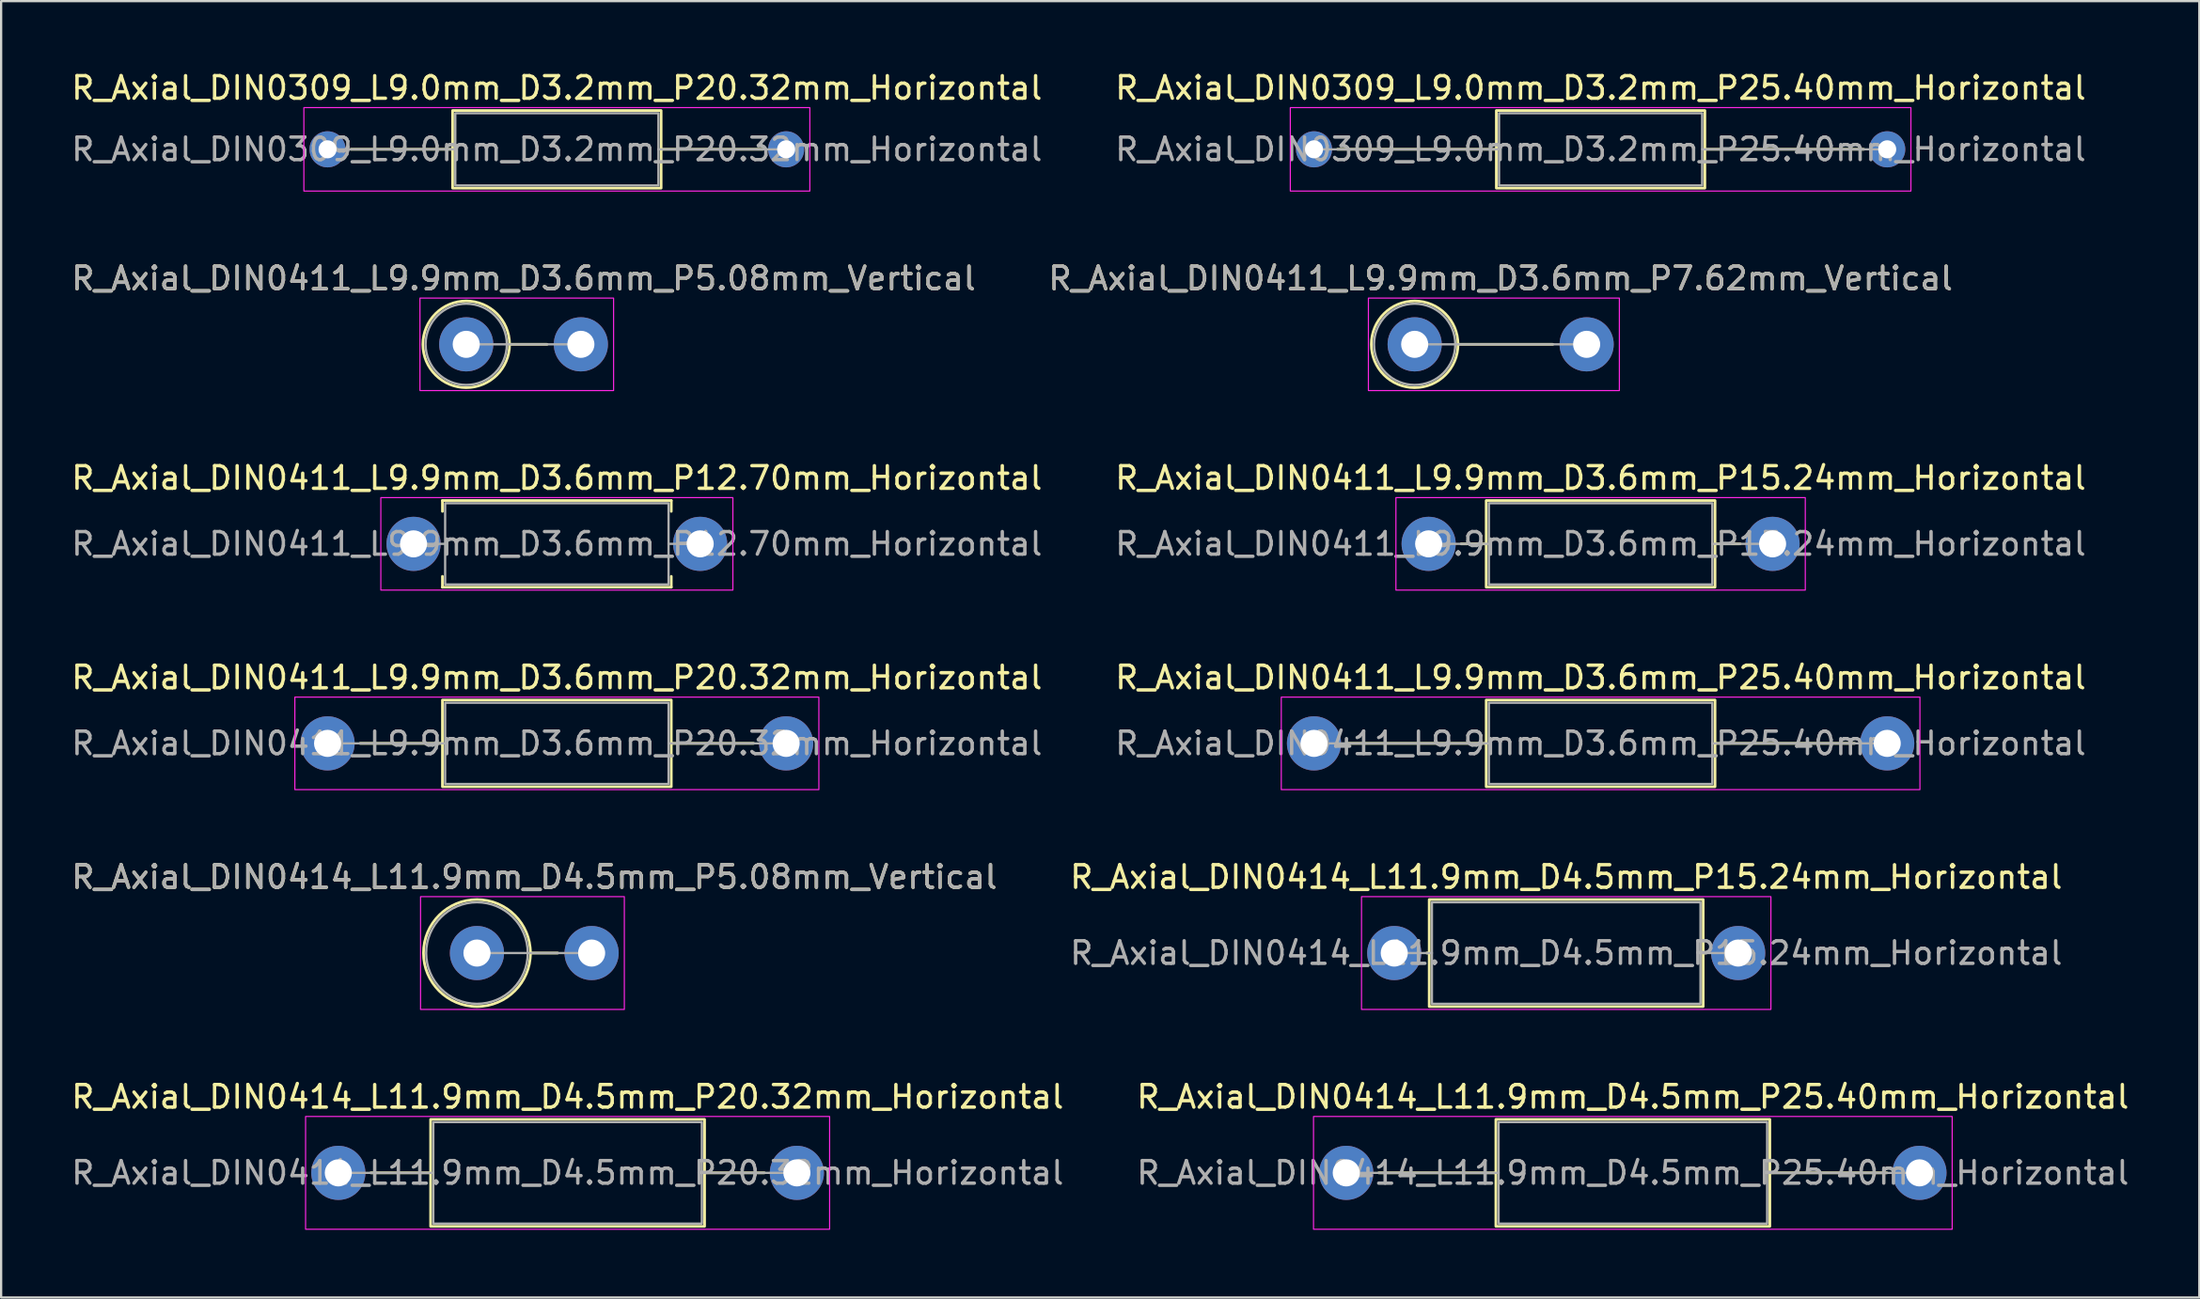
<source format=kicad_pcb>
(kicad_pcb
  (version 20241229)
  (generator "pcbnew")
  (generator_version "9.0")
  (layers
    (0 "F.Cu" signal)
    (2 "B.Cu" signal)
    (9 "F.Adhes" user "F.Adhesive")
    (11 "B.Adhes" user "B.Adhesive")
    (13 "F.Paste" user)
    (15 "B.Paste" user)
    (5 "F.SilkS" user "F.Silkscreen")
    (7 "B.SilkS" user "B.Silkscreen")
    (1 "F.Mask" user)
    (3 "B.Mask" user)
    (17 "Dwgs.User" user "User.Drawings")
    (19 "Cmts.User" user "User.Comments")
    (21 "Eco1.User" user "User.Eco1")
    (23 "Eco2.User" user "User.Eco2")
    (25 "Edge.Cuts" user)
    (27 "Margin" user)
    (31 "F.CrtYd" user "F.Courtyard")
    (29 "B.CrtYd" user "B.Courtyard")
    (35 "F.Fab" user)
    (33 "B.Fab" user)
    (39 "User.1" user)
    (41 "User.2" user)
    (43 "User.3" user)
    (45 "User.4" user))
  (footprint "R_Axial_DIN0411_L9.9mm_D3.6mm_P15.24mm_Horizontal"
    (layer "F.Cu")
    (at 60.255 21.055)
    (property "Reference" "R_Axial_DIN0411_L9.9mm_D3.6mm_P15.24mm_Horizontal" (at 7.62 -2.92 0) (layer "F.SilkS") (effects (font (size 1 1) (thickness 0.15))))
    (attr through_hole)
    (fp_line (start 1.44 0) (end 2.55 0) (stroke (width 0.12) (type solid)) (layer "F.SilkS"))
    (fp_line (start 13.8 0) (end 12.69 0) (stroke (width 0.12) (type solid)) (layer "F.SilkS"))
    (fp_rect (start 2.55 -1.92) (end 12.69 1.92) (stroke (width 0.12) (type solid)) (fill no) (layer "F.SilkS"))
    (fp_rect (start -1.45 -2.05) (end 16.69 2.05) (stroke (width 0.05) (type solid)) (fill no) (layer "F.CrtYd"))
    (fp_line (start 0 0) (end 2.67 0) (stroke (width 0.1) (type solid)) (layer "F.Fab"))
    (fp_line (start 15.24 0) (end 12.57 0) (stroke (width 0.1) (type solid)) (layer "F.Fab"))
    (fp_rect (start 2.67 -1.8) (end 12.57 1.8) (stroke (width 0.1) (type solid)) (fill no) (layer "F.Fab"))
    (fp_text user "${REFERENCE}" (at 7.62 0 0) (layer "F.Fab") (effects (font (size 1 1) (thickness 0.15))))
    (pad "1" thru_hole circle (at 0 0) (size 2.4 2.4) (drill 1.2) (layers "*.Cu" "*.Mask"))
    (pad "2" thru_hole circle (at 15.24 0) (size 2.4 2.4) (drill 1.2) (layers "*.Cu" "*.Mask")))
  (footprint "R_Axial_DIN0414_L11.9mm_D4.5mm_P15.24mm_Horizontal"
    (layer "F.Cu")
    (at 58.731 39.191)
    (property "Reference" "R_Axial_DIN0414_L11.9mm_D4.5mm_P15.24mm_Horizontal" (at 7.62 -3.37 0) (layer "F.SilkS") (effects (font (size 1 1) (thickness 0.15))))
    (attr through_hole)
    (fp_line (start 1.44 0) (end 1.55 0) (stroke (width 0.12) (type solid)) (layer "F.SilkS"))
    (fp_line (start 13.8 0) (end 13.69 0) (stroke (width 0.12) (type solid)) (layer "F.SilkS"))
    (fp_rect (start 1.55 -2.37) (end 13.69 2.37) (stroke (width 0.12) (type solid)) (fill no) (layer "F.SilkS"))
    (fp_rect (start -1.45 -2.5) (end 16.69 2.5) (stroke (width 0.05) (type solid)) (fill no) (layer "F.CrtYd"))
    (fp_line (start 0 0) (end 1.67 0) (stroke (width 0.1) (type solid)) (layer "F.Fab"))
    (fp_line (start 15.24 0) (end 13.57 0) (stroke (width 0.1) (type solid)) (layer "F.Fab"))
    (fp_rect (start 1.67 -2.25) (end 13.57 2.25) (stroke (width 0.1) (type solid)) (fill no) (layer "F.Fab"))
    (fp_text user "${REFERENCE}" (at 7.62 0 0) (layer "F.Fab") (effects (font (size 1 1) (thickness 0.15))))
    (pad "1" thru_hole circle (at 0 0) (size 2.4 2.4) (drill 1.2) (layers "*.Cu" "*.Mask"))
    (pad "2" thru_hole circle (at 15.24 0) (size 2.4 2.4) (drill 1.2) (layers "*.Cu" "*.Mask")))
  (footprint "R_Axial_DIN0309_L9.0mm_D3.2mm_P20.32mm_Horizontal"
    (layer "F.Cu")
    (at 11.465 3.568)
    (property "Reference" "R_Axial_DIN0309_L9.0mm_D3.2mm_P20.32mm_Horizontal" (at 10.16 -2.72 0) (layer "F.SilkS") (effects (font (size 1 1) (thickness 0.15))))
    (attr through_hole)
    (fp_line (start 1.04 0) (end 5.54 0) (stroke (width 0.12) (type solid)) (layer "F.SilkS"))
    (fp_line (start 19.28 0) (end 14.78 0) (stroke (width 0.12) (type solid)) (layer "F.SilkS"))
    (fp_rect (start 5.54 -1.72) (end 14.78 1.72) (stroke (width 0.12) (type solid)) (fill no) (layer "F.SilkS"))
    (fp_rect (start -1.05 -1.85) (end 21.37 1.85) (stroke (width 0.05) (type solid)) (fill no) (layer "F.CrtYd"))
    (fp_line (start 0 0) (end 5.66 0) (stroke (width 0.1) (type solid)) (layer "F.Fab"))
    (fp_line (start 20.32 0) (end 14.66 0) (stroke (width 0.1) (type solid)) (layer "F.Fab"))
    (fp_rect (start 5.66 -1.6) (end 14.66 1.6) (stroke (width 0.1) (type solid)) (fill no) (layer "F.Fab"))
    (fp_text user "${REFERENCE}" (at 10.16 0 0) (layer "F.Fab") (effects (font (size 1 1) (thickness 0.15))))
    (pad "1" thru_hole circle (at 0 0) (size 1.6 1.6) (drill 0.8) (layers "*.Cu" "*.Mask"))
    (pad "2" thru_hole circle (at 20.32 0) (size 1.6 1.6) (drill 0.8) (layers "*.Cu" "*.Mask")))
  (footprint "R_Axial_DIN0414_L11.9mm_D4.5mm_P25.40mm_Horizontal"
    (layer "F.Cu")
    (at 56.604 48.934)
    (property "Reference" "R_Axial_DIN0414_L11.9mm_D4.5mm_P25.40mm_Horizontal" (at 12.7 -3.37 0) (layer "F.SilkS") (effects (font (size 1 1) (thickness 0.15))))
    (attr through_hole)
    (fp_line (start 1.44 0) (end 6.63 0) (stroke (width 0.12) (type solid)) (layer "F.SilkS"))
    (fp_line (start 23.96 0) (end 18.77 0) (stroke (width 0.12) (type solid)) (layer "F.SilkS"))
    (fp_rect (start 6.63 -2.37) (end 18.77 2.37) (stroke (width 0.12) (type solid)) (fill no) (layer "F.SilkS"))
    (fp_rect (start -1.45 -2.5) (end 26.85 2.5) (stroke (width 0.05) (type solid)) (fill no) (layer "F.CrtYd"))
    (fp_line (start 0 0) (end 6.75 0) (stroke (width 0.1) (type solid)) (layer "F.Fab"))
    (fp_line (start 25.4 0) (end 18.65 0) (stroke (width 0.1) (type solid)) (layer "F.Fab"))
    (fp_rect (start 6.75 -2.25) (end 18.65 2.25) (stroke (width 0.1) (type solid)) (fill no) (layer "F.Fab"))
    (fp_text user "${REFERENCE}" (at 12.7 0 0) (layer "F.Fab") (effects (font (size 1 1) (thickness 0.15))))
    (pad "1" thru_hole circle (at 0 0) (size 2.4 2.4) (drill 1.2) (layers "*.Cu" "*.Mask"))
    (pad "2" thru_hole circle (at 25.4 0) (size 2.4 2.4) (drill 1.2) (layers "*.Cu" "*.Mask")))
  (footprint "R_Axial_DIN0411_L9.9mm_D3.6mm_P25.40mm_Horizontal"
    (layer "F.Cu")
    (at 55.175 29.898)
    (property "Reference" "R_Axial_DIN0411_L9.9mm_D3.6mm_P25.40mm_Horizontal" (at 12.7 -2.92 0) (layer "F.SilkS") (effects (font (size 1 1) (thickness 0.15))))
    (attr through_hole)
    (fp_line (start 1.44 0) (end 7.63 0) (stroke (width 0.12) (type solid)) (layer "F.SilkS"))
    (fp_line (start 23.96 0) (end 17.77 0) (stroke (width 0.12) (type solid)) (layer "F.SilkS"))
    (fp_rect (start 7.63 -1.92) (end 17.77 1.92) (stroke (width 0.12) (type solid)) (fill no) (layer "F.SilkS"))
    (fp_rect (start -1.45 -2.05) (end 26.85 2.05) (stroke (width 0.05) (type solid)) (fill no) (layer "F.CrtYd"))
    (fp_line (start 0 0) (end 7.75 0) (stroke (width 0.1) (type solid)) (layer "F.Fab"))
    (fp_line (start 25.4 0) (end 17.65 0) (stroke (width 0.1) (type solid)) (layer "F.Fab"))
    (fp_rect (start 7.75 -1.8) (end 17.65 1.8) (stroke (width 0.1) (type solid)) (fill no) (layer "F.Fab"))
    (fp_text user "${REFERENCE}" (at 12.7 0 0) (layer "F.Fab") (effects (font (size 1 1) (thickness 0.15))))
    (pad "1" thru_hole circle (at 0 0) (size 2.4 2.4) (drill 1.2) (layers "*.Cu" "*.Mask"))
    (pad "2" thru_hole circle (at 25.4 0) (size 2.4 2.4) (drill 1.2) (layers "*.Cu" "*.Mask")))
  (footprint "R_Axial_DIN0414_L11.9mm_D4.5mm_P20.32mm_Horizontal"
    (layer "F.Cu")
    (at 11.941 48.934)
    (property "Reference" "R_Axial_DIN0414_L11.9mm_D4.5mm_P20.32mm_Horizontal" (at 10.16 -3.37 0) (layer "F.SilkS") (effects (font (size 1 1) (thickness 0.15))))
    (attr through_hole)
    (fp_line (start 1.44 0) (end 4.09 0) (stroke (width 0.12) (type solid)) (layer "F.SilkS"))
    (fp_line (start 18.88 0) (end 16.23 0) (stroke (width 0.12) (type solid)) (layer "F.SilkS"))
    (fp_rect (start 4.09 -2.37) (end 16.23 2.37) (stroke (width 0.12) (type solid)) (fill no) (layer "F.SilkS"))
    (fp_rect (start -1.45 -2.5) (end 21.77 2.5) (stroke (width 0.05) (type solid)) (fill no) (layer "F.CrtYd"))
    (fp_line (start 0 0) (end 4.21 0) (stroke (width 0.1) (type solid)) (layer "F.Fab"))
    (fp_line (start 20.32 0) (end 16.11 0) (stroke (width 0.1) (type solid)) (layer "F.Fab"))
    (fp_rect (start 4.21 -2.25) (end 16.11 2.25) (stroke (width 0.1) (type solid)) (fill no) (layer "F.Fab"))
    (fp_text user "${REFERENCE}" (at 10.16 0 0) (layer "F.Fab") (effects (font (size 1 1) (thickness 0.15))))
    (pad "1" thru_hole circle (at 0 0) (size 2.4 2.4) (drill 1.2) (layers "*.Cu" "*.Mask"))
    (pad "2" thru_hole circle (at 20.32 0) (size 2.4 2.4) (drill 1.2) (layers "*.Cu" "*.Mask")))
  (footprint "R_Axial_DIN0411_L9.9mm_D3.6mm_P12.70mm_Horizontal"
    (layer "F.Cu")
    (at 15.275 21.055)
    (property "Reference" "R_Axial_DIN0411_L9.9mm_D3.6mm_P12.70mm_Horizontal" (at 6.35 -2.92 0) (layer "F.SilkS") (effects (font (size 1 1) (thickness 0.15))))
    (attr through_hole)
    (fp_line (start 1.28 -1.92) (end 11.42 -1.92) (stroke (width 0.12) (type solid)) (layer "F.SilkS"))
    (fp_line (start 1.28 -1.44) (end 1.28 -1.92) (stroke (width 0.12) (type solid)) (layer "F.SilkS"))
    (fp_line (start 1.28 1.44) (end 1.28 1.92) (stroke (width 0.12) (type solid)) (layer "F.SilkS"))
    (fp_line (start 1.28 1.92) (end 11.42 1.92) (stroke (width 0.12) (type solid)) (layer "F.SilkS"))
    (fp_line (start 11.42 -1.92) (end 11.42 -1.44) (stroke (width 0.12) (type solid)) (layer "F.SilkS"))
    (fp_line (start 11.42 1.92) (end 11.42 1.44) (stroke (width 0.12) (type solid)) (layer "F.SilkS"))
    (fp_rect (start -1.45 -2.05) (end 14.15 2.05) (stroke (width 0.05) (type solid)) (fill no) (layer "F.CrtYd"))
    (fp_line (start 0 0) (end 1.4 0) (stroke (width 0.1) (type solid)) (layer "F.Fab"))
    (fp_line (start 12.7 0) (end 11.3 0) (stroke (width 0.1) (type solid)) (layer "F.Fab"))
    (fp_rect (start 1.4 -1.8) (end 11.3 1.8) (stroke (width 0.1) (type solid)) (fill no) (layer "F.Fab"))
    (fp_text user "${REFERENCE}" (at 6.35 0 0) (layer "F.Fab") (effects (font (size 1 1) (thickness 0.15))))
    (pad "1" thru_hole circle (at 0 0) (size 2.4 2.4) (drill 1.2) (layers "*.Cu" "*.Mask"))
    (pad "2" thru_hole circle (at 12.7 0) (size 2.4 2.4) (drill 1.2) (layers "*.Cu" "*.Mask")))
  (footprint "R_Axial_DIN0414_L11.9mm_D4.5mm_P5.08mm_Vertical"
    (layer "F.Cu")
    (at 18.085 39.191)
    (property "Reference" "R_Axial_DIN0414_L11.9mm_D4.5mm_P5.08mm_Vertical" (at 2.54 -3.37 0) (layer "F.SilkS") (effects (font (size 1 1) (thickness 0.15))))
    (attr through_hole)
    (fp_line (start 2.37 0) (end 3.58 0) (stroke (width 0.12) (type solid)) (layer "F.SilkS"))
    (fp_circle (center 0 0) (end 2.37 0) (stroke (width 0.12) (type solid)) (fill no) (layer "F.SilkS"))
    (fp_rect (start -2.5 -2.5) (end 6.53 2.5) (stroke (width 0.05) (type solid)) (fill no) (layer "F.CrtYd"))
    (fp_line (start 0 0) (end 5.08 0) (stroke (width 0.1) (type solid)) (layer "F.Fab"))
    (fp_circle (center 0 0) (end 2.25 0) (stroke (width 0.1) (type solid)) (fill no) (layer "F.Fab"))
    (fp_text user "${REFERENCE}" (at 2.54 -3.37 0) (layer "F.Fab") (effects (font (size 1 1) (thickness 0.15))))
    (pad "1" thru_hole circle (at 0 0) (size 2.4 2.4) (drill 1.2) (layers "*.Cu" "*.Mask"))
    (pad "2" thru_hole circle (at 5.08 0) (size 2.4 2.4) (drill 1.2) (layers "*.Cu" "*.Mask")))
  (footprint "R_Axial_DIN0411_L9.9mm_D3.6mm_P20.32mm_Horizontal"
    (layer "F.Cu")
    (at 11.465 29.898)
    (property "Reference" "R_Axial_DIN0411_L9.9mm_D3.6mm_P20.32mm_Horizontal" (at 10.16 -2.92 0) (layer "F.SilkS") (effects (font (size 1 1) (thickness 0.15))))
    (attr through_hole)
    (fp_line (start 1.44 0) (end 5.09 0) (stroke (width 0.12) (type solid)) (layer "F.SilkS"))
    (fp_line (start 18.88 0) (end 15.23 0) (stroke (width 0.12) (type solid)) (layer "F.SilkS"))
    (fp_rect (start 5.09 -1.92) (end 15.23 1.92) (stroke (width 0.12) (type solid)) (fill no) (layer "F.SilkS"))
    (fp_rect (start -1.45 -2.05) (end 21.77 2.05) (stroke (width 0.05) (type solid)) (fill no) (layer "F.CrtYd"))
    (fp_line (start 0 0) (end 5.21 0) (stroke (width 0.1) (type solid)) (layer "F.Fab"))
    (fp_line (start 20.32 0) (end 15.11 0) (stroke (width 0.1) (type solid)) (layer "F.Fab"))
    (fp_rect (start 5.21 -1.8) (end 15.11 1.8) (stroke (width 0.1) (type solid)) (fill no) (layer "F.Fab"))
    (fp_text user "${REFERENCE}" (at 10.16 0 0) (layer "F.Fab") (effects (font (size 1 1) (thickness 0.15))))
    (pad "1" thru_hole circle (at 0 0) (size 2.4 2.4) (drill 1.2) (layers "*.Cu" "*.Mask"))
    (pad "2" thru_hole circle (at 20.32 0) (size 2.4 2.4) (drill 1.2) (layers "*.Cu" "*.Mask")))
  (footprint "R_Axial_DIN0411_L9.9mm_D3.6mm_P5.08mm_Vertical"
    (layer "F.Cu")
    (at 17.609 12.211)
    (property "Reference" "R_Axial_DIN0411_L9.9mm_D3.6mm_P5.08mm_Vertical" (at 2.54 -2.92 0) (layer "F.SilkS") (effects (font (size 1 1) (thickness 0.15))))
    (attr through_hole)
    (fp_line (start 1.92 0) (end 3.58 0) (stroke (width 0.12) (type solid)) (layer "F.SilkS"))
    (fp_circle (center 0 0) (end 1.92 0) (stroke (width 0.12) (type solid)) (fill no) (layer "F.SilkS"))
    (fp_rect (start -2.05 -2.05) (end 6.53 2.05) (stroke (width 0.05) (type solid)) (fill no) (layer "F.CrtYd"))
    (fp_line (start 0 0) (end 5.08 0) (stroke (width 0.1) (type solid)) (layer "F.Fab"))
    (fp_circle (center 0 0) (end 1.8 0) (stroke (width 0.1) (type solid)) (fill no) (layer "F.Fab"))
    (fp_text user "${REFERENCE}" (at 2.54 -2.92 0) (layer "F.Fab") (effects (font (size 1 1) (thickness 0.15))))
    (pad "1" thru_hole circle (at 0 0) (size 2.4 2.4) (drill 1.2) (layers "*.Cu" "*.Mask"))
    (pad "2" thru_hole circle (at 5.08 0) (size 2.4 2.4) (drill 1.2) (layers "*.Cu" "*.Mask")))
  (footprint "R_Axial_DIN0411_L9.9mm_D3.6mm_P7.62mm_Vertical"
    (layer "F.Cu")
    (at 59.636 12.211)
    (property "Reference" "R_Axial_DIN0411_L9.9mm_D3.6mm_P7.62mm_Vertical" (at 3.81 -2.92 0) (layer "F.SilkS") (effects (font (size 1 1) (thickness 0.15))))
    (attr through_hole)
    (fp_line (start 1.92 0) (end 6.12 0) (stroke (width 0.12) (type solid)) (layer "F.SilkS"))
    (fp_circle (center 0 0) (end 1.92 0) (stroke (width 0.12) (type solid)) (fill no) (layer "F.SilkS"))
    (fp_rect (start -2.05 -2.05) (end 9.07 2.05) (stroke (width 0.05) (type solid)) (fill no) (layer "F.CrtYd"))
    (fp_line (start 0 0) (end 7.62 0) (stroke (width 0.1) (type solid)) (layer "F.Fab"))
    (fp_circle (center 0 0) (end 1.8 0) (stroke (width 0.1) (type solid)) (fill no) (layer "F.Fab"))
    (fp_text user "${REFERENCE}" (at 3.81 -2.92 0) (layer "F.Fab") (effects (font (size 1 1) (thickness 0.15))))
    (pad "1" thru_hole circle (at 0 0) (size 2.4 2.4) (drill 1.2) (layers "*.Cu" "*.Mask"))
    (pad "2" thru_hole circle (at 7.62 0) (size 2.4 2.4) (drill 1.2) (layers "*.Cu" "*.Mask")))
  (footprint "R_Axial_DIN0309_L9.0mm_D3.2mm_P25.40mm_Horizontal"
    (layer "F.Cu")
    (at 55.175 3.568)
    (property "Reference" "R_Axial_DIN0309_L9.0mm_D3.2mm_P25.40mm_Horizontal" (at 12.7 -2.72 0) (layer "F.SilkS") (effects (font (size 1 1) (thickness 0.15))))
    (attr through_hole)
    (fp_line (start 1.04 0) (end 8.08 0) (stroke (width 0.12) (type solid)) (layer "F.SilkS"))
    (fp_line (start 24.36 0) (end 17.32 0) (stroke (width 0.12) (type solid)) (layer "F.SilkS"))
    (fp_rect (start 8.08 -1.72) (end 17.32 1.72) (stroke (width 0.12) (type solid)) (fill no) (layer "F.SilkS"))
    (fp_rect (start -1.05 -1.85) (end 26.45 1.85) (stroke (width 0.05) (type solid)) (fill no) (layer "F.CrtYd"))
    (fp_line (start 0 0) (end 8.2 0) (stroke (width 0.1) (type solid)) (layer "F.Fab"))
    (fp_line (start 25.4 0) (end 17.2 0) (stroke (width 0.1) (type solid)) (layer "F.Fab"))
    (fp_rect (start 8.2 -1.6) (end 17.2 1.6) (stroke (width 0.1) (type solid)) (fill no) (layer "F.Fab"))
    (fp_text user "${REFERENCE}" (at 12.7 0 0) (layer "F.Fab") (effects (font (size 1 1) (thickness 0.15))))
    (pad "1" thru_hole circle (at 0 0) (size 1.6 1.6) (drill 0.8) (layers "*.Cu" "*.Mask"))
    (pad "2" thru_hole circle (at 25.4 0) (size 1.6 1.6) (drill 0.8) (layers "*.Cu" "*.Mask")))
  (gr_rect
    (start -3 -3)
    (end 94.405 54.459)
    (stroke (width 0.1) (type default))
    (fill no)
    (layer "Edge.Cuts")))
</source>
